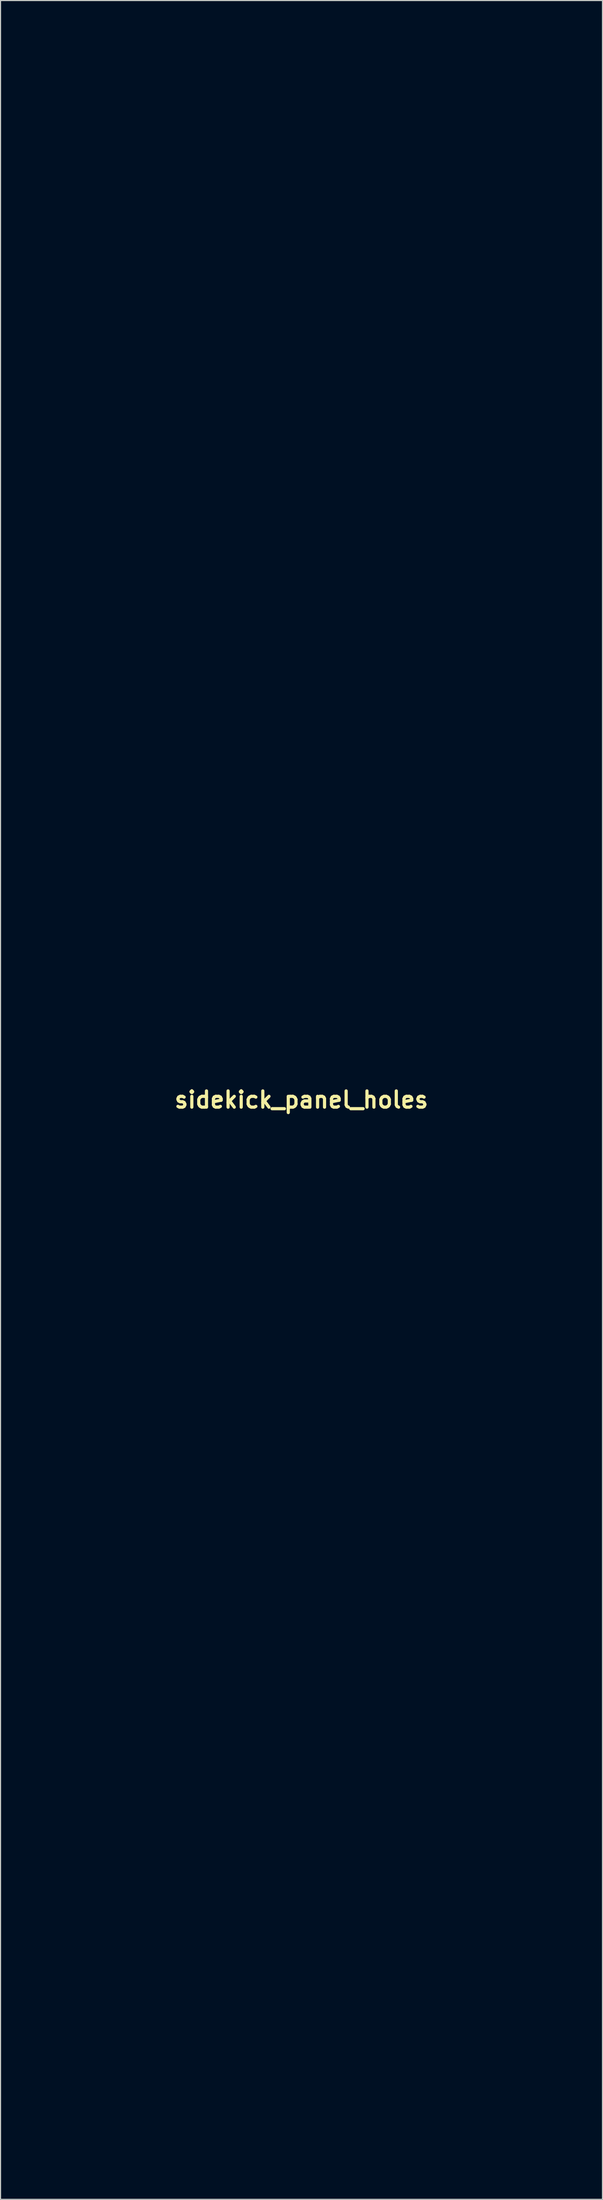
<source format=kicad_pcb>
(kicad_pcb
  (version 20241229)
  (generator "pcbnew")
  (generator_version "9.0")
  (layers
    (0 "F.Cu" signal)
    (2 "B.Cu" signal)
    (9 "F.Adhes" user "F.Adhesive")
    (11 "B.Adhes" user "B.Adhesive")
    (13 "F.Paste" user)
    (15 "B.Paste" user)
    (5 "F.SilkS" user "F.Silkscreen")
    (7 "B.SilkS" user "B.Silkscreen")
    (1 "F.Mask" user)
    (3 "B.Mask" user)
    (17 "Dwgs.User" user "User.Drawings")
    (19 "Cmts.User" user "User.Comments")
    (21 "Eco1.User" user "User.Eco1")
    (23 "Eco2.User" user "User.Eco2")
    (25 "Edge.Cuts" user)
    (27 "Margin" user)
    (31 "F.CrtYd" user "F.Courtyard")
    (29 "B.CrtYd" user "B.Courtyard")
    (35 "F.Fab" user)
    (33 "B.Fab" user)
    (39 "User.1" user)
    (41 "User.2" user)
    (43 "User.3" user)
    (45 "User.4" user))
  (footprint "sidekick_panel_holes"
    (layer "F.Cu")
    (at 25.298 100.304)
    (property "Reference" "sidekick_panel_holes" (at 0 0 0) (layer "F.SilkS") (effects (font (size 1.524 1.524) (thickness 0.3))))
    (attr board_only exclude_from_pos_files exclude_from_bom)
    (fp_poly (pts (xy -12.624 4.877) (xy -14.986 4.877) (xy -14.986 5.131) (xy -12.624 5.131) (xy -12.624 6.502) (xy -17.475 6.502) (xy -17.475 3.505) (xy -12.624 3.505)) (stroke (width 0.1) (type solid)) (fill no) (layer "Eco1.User"))
    (fp_poly (pts (xy -7.493 6.502) (xy -12.344 6.502) (xy -12.344 5.131) (xy -9.982 5.131) (xy -9.982 4.877) (xy -12.344 4.877) (xy -12.344 3.505) (xy -7.493 3.505)) (stroke (width 0.1) (type solid)) (fill no) (layer "Eco1.User"))
    (fp_poly (pts (xy 25.273 100.279) (xy -25.248 100.279) (xy -25.248 99.746) (xy -24.714 99.746) (xy 24.74 99.746) (xy 24.74 -99.72) (xy -24.714 -99.72) (xy -24.714 99.746) (xy -25.248 99.746) (xy -25.248 -100.254) (xy 25.273 -100.254)) (stroke (width 0.1) (type solid)) (fill no) (layer "Eco1.User"))
    (fp_poly (pts (xy 17.125 -28.223) (xy 17.364 -28.162) (xy 17.517 -28.097) (xy 17.723 -27.966) (xy 17.894 -27.804) (xy 18.028 -27.615) (xy 18.123 -27.406) (xy 18.179 -27.184) (xy 18.193 -26.953) (xy 18.164 -26.72) (xy 18.09 -26.491) (xy 17.986 -26.296) (xy 17.836 -26.11) (xy 17.65 -25.957) (xy 17.436 -25.841) (xy 17.199 -25.767) (xy 17.059 -25.742) (xy 16.94 -25.735) (xy 16.818 -25.745) (xy 16.689 -25.77) (xy 16.476 -25.834) (xy 16.289 -25.933) (xy 16.113 -26.073) (xy 16.076 -26.109) (xy 15.915 -26.303) (xy 15.799 -26.514) (xy 15.727 -26.738) (xy 15.715 -26.848) (xy 15.951 -26.848) (xy 16.815 -26.848) (xy 16.815 -25.984) (xy 17.069 -25.984) (xy 17.069 -26.847) (xy 17.507 -26.854) (xy 17.945 -26.86) (xy 17.945 -27.114) (xy 17.069 -27.128) (xy 17.069 -27.991) (xy 16.815 -27.991) (xy 16.815 -27.127) (xy 15.951 -27.127) (xy 15.951 -26.848) (xy 15.715 -26.848) (xy 15.701 -26.969) (xy 15.718 -27.2) (xy 15.781 -27.426) (xy 15.889 -27.64) (xy 16.028 -27.822) (xy 16.216 -27.992) (xy 16.425 -28.118) (xy 16.65 -28.199) (xy 16.885 -28.234)) (stroke (width 0.1) (type solid)) (fill no) (layer "Eco1.User"))
    (fp_poly (pts (xy 17.177 -52.213) (xy 17.404 -52.148) (xy 17.615 -52.042) (xy 17.803 -51.897) (xy 17.947 -51.734) (xy 18.074 -51.524) (xy 18.154 -51.304) (xy 18.191 -51.081) (xy 18.187 -50.858) (xy 18.144 -50.642) (xy 18.065 -50.438) (xy 17.952 -50.25) (xy 17.808 -50.084) (xy 17.634 -49.945) (xy 17.434 -49.839) (xy 17.21 -49.77) (xy 17.02 -49.746) (xy 16.905 -49.744) (xy 16.789 -49.75) (xy 16.701 -49.761) (xy 16.496 -49.827) (xy 16.296 -49.934) (xy 16.112 -50.075) (xy 15.955 -50.242) (xy 15.876 -50.357) (xy 15.772 -50.576) (xy 15.715 -50.803) (xy 15.712 -50.851) (xy 15.951 -50.851) (xy 16.815 -50.851) (xy 16.815 -49.987) (xy 17.069 -49.987) (xy 17.069 -50.851) (xy 17.96 -50.851) (xy 17.945 -51.117) (xy 17.069 -51.131) (xy 17.069 -51.994) (xy 16.815 -51.994) (xy 16.815 -51.13) (xy 15.951 -51.13) (xy 15.951 -50.851) (xy 15.712 -50.851) (xy 15.702 -51.033) (xy 15.733 -51.259) (xy 15.803 -51.476) (xy 15.913 -51.678) (xy 16.059 -51.858) (xy 16.24 -52.011) (xy 16.453 -52.131) (xy 16.475 -52.141) (xy 16.705 -52.211) (xy 16.942 -52.235)) (stroke (width 0.1) (type solid)) (fill no) (layer "Eco1.User"))
    (fp_poly (pts (xy 17.186 -40.21) (xy 17.417 -40.14) (xy 17.628 -40.03) (xy 17.815 -39.883) (xy 17.971 -39.703) (xy 18.09 -39.495) (xy 18.14 -39.364) (xy 18.184 -39.147) (xy 18.189 -38.918) (xy 18.156 -38.69) (xy 18.087 -38.477) (xy 18.011 -38.332) (xy 17.863 -38.145) (xy 17.681 -37.986) (xy 17.474 -37.86) (xy 17.259 -37.779) (xy 17.122 -37.756) (xy 16.958 -37.748) (xy 16.79 -37.755) (xy 16.64 -37.778) (xy 16.614 -37.785) (xy 16.394 -37.869) (xy 16.197 -37.994) (xy 16.027 -38.154) (xy 15.889 -38.342) (xy 15.786 -38.551) (xy 15.723 -38.776) (xy 15.715 -38.862) (xy 15.951 -38.862) (xy 16.815 -38.862) (xy 16.815 -37.998) (xy 17.068 -37.998) (xy 17.075 -38.424) (xy 17.081 -38.849) (xy 17.958 -38.863) (xy 17.958 -39.115) (xy 17.52 -39.122) (xy 17.081 -39.129) (xy 17.075 -39.554) (xy 17.068 -39.98) (xy 16.815 -39.98) (xy 16.815 -39.116) (xy 15.951 -39.116) (xy 15.951 -38.862) (xy 15.715 -38.862) (xy 15.703 -39.011) (xy 15.716 -39.171) (xy 15.777 -39.409) (xy 15.881 -39.625) (xy 16.021 -39.816) (xy 16.194 -39.976) (xy 16.393 -40.101) (xy 16.613 -40.187) (xy 16.85 -40.23) (xy 16.943 -40.233)) (stroke (width 0.1) (type solid)) (fill no) (layer "Eco1.User"))
    (fp_poly (pts (xy 17.107 -16.22) (xy 17.346 -16.169) (xy 17.515 -16.103) (xy 17.624 -16.036) (xy 17.745 -15.938) (xy 17.864 -15.825) (xy 17.965 -15.707) (xy 18.009 -15.646) (xy 18.111 -15.441) (xy 18.172 -15.217) (xy 18.191 -14.983) (xy 18.17 -14.748) (xy 18.107 -14.523) (xy 18.006 -14.322) (xy 17.909 -14.195) (xy 17.785 -14.069) (xy 17.651 -13.959) (xy 17.531 -13.883) (xy 17.328 -13.803) (xy 17.109 -13.756) (xy 16.889 -13.743) (xy 16.683 -13.766) (xy 16.637 -13.778) (xy 16.408 -13.866) (xy 16.204 -13.993) (xy 16.03 -14.153) (xy 15.889 -14.34) (xy 15.785 -14.548) (xy 15.721 -14.773) (xy 15.714 -14.859) (xy 15.951 -14.859) (xy 16.815 -14.859) (xy 16.815 -13.995) (xy 17.068 -13.995) (xy 17.075 -14.421) (xy 17.081 -14.846) (xy 17.958 -14.86) (xy 17.958 -15.112) (xy 17.52 -15.119) (xy 17.081 -15.126) (xy 17.075 -15.551) (xy 17.068 -15.977) (xy 16.815 -15.977) (xy 16.815 -15.113) (xy 15.951 -15.113) (xy 15.951 -14.859) (xy 15.714 -14.859) (xy 15.702 -15.008) (xy 15.716 -15.165) (xy 15.777 -15.403) (xy 15.88 -15.622) (xy 16.022 -15.816) (xy 16.195 -15.979) (xy 16.396 -16.106) (xy 16.62 -16.19) (xy 16.625 -16.192) (xy 16.862 -16.228)) (stroke (width 0.1) (type solid)) (fill no) (layer "Eco1.User"))
    (fp_poly (pts (xy 0.145 10.429) (xy 0.255 10.434) (xy 0.343 10.445) (xy 0.424 10.465) (xy 0.495 10.487) (xy 0.751 10.599) (xy 0.984 10.751) (xy 1.187 10.938) (xy 1.356 11.155) (xy 1.486 11.396) (xy 1.563 11.62) (xy 1.587 11.761) (xy 1.599 11.93) (xy 1.598 12.109) (xy 1.586 12.278) (xy 1.563 12.408) (xy 1.473 12.662) (xy 1.339 12.898) (xy 1.169 13.11) (xy 0.968 13.29) (xy 0.741 13.431) (xy 0.736 13.433) (xy 0.463 13.542) (xy 0.188 13.601) (xy -0.09 13.608) (xy -0.33 13.575) (xy -0.585 13.495) (xy -0.823 13.371) (xy -1.038 13.209) (xy -1.226 13.013) (xy -1.38 12.791) (xy -1.494 12.546) (xy -1.537 12.408) (xy -1.562 12.267) (xy -1.571 12.141) (xy -0.991 12.141) (xy -0.127 12.141) (xy -0.127 13.005) (xy 0.152 13.005) (xy 0.152 12.141) (xy 1.016 12.141) (xy 1.016 11.887) (xy 0.152 11.887) (xy 0.152 11.024) (xy -0.127 11.024) (xy -0.127 11.887) (xy -0.991 11.887) (xy -0.991 12.141) (xy -1.571 12.141) (xy -1.574 12.096) (xy -1.574 11.916) (xy -1.56 11.748) (xy -1.537 11.62) (xy -1.445 11.36) (xy -1.308 11.121) (xy -1.132 10.907) (xy -0.921 10.724) (xy -0.68 10.576) (xy -0.508 10.501) (xy -0.42 10.47) (xy -0.343 10.45) (xy -0.262 10.437) (xy -0.162 10.431) (xy -0.029 10.429) (xy 0 10.428)) (stroke (width 0.1) (type solid)) (fill no) (layer "Eco1.User"))
    (fp_poly (pts (xy -18.858 -7.578) (xy -18.674 -7.558) (xy -18.618 -7.546) (xy -18.349 -7.455) (xy -18.106 -7.323) (xy -17.893 -7.154) (xy -17.713 -6.953) (xy -17.57 -6.725) (xy -17.466 -6.473) (xy -17.406 -6.203) (xy -17.392 -5.982) (xy -17.413 -5.708) (xy -17.476 -5.458) (xy -17.584 -5.224) (xy -17.739 -5.004) (xy -17.868 -4.862) (xy -18.074 -4.682) (xy -18.292 -4.547) (xy -18.531 -4.453) (xy -18.604 -4.433) (xy -18.769 -4.405) (xy -18.96 -4.396) (xy -19.158 -4.406) (xy -19.343 -4.432) (xy -19.403 -4.446) (xy -19.649 -4.536) (xy -19.879 -4.67) (xy -20.086 -4.84) (xy -20.264 -5.042) (xy -20.408 -5.269) (xy -20.512 -5.515) (xy -20.536 -5.6) (xy -20.56 -5.745) (xy -20.568 -5.867) (xy -19.99 -5.867) (xy -19.126 -5.867) (xy -19.126 -5.44) (xy -19.125 -5.297) (xy -19.122 -5.173) (xy -19.118 -5.075) (xy -19.113 -5.012) (xy -19.108 -4.994) (xy -19.074 -4.985) (xy -19.008 -4.982) (xy -18.975 -4.984) (xy -18.86 -4.991) (xy -18.853 -5.429) (xy -18.846 -5.867) (xy -17.983 -5.867) (xy -17.983 -6.121) (xy -18.847 -6.121) (xy -18.847 -6.985) (xy -19.126 -6.985) (xy -19.126 -6.121) (xy -19.99 -6.121) (xy -19.99 -5.867) (xy -20.568 -5.867) (xy -20.571 -5.919) (xy -20.569 -6.102) (xy -20.553 -6.274) (xy -20.535 -6.373) (xy -20.451 -6.623) (xy -20.322 -6.856) (xy -20.155 -7.067) (xy -19.955 -7.249) (xy -19.727 -7.398) (xy -19.476 -7.507) (xy -19.431 -7.522) (xy -19.257 -7.56) (xy -19.059 -7.579)) (stroke (width 0.1) (type solid)) (fill no) (layer "Eco1.User"))
    (fp_poly (pts (xy -19.71 95.407) (xy -19.469 95.409) (xy -19.275 95.413) (xy -19.13 95.418) (xy -19.03 95.425) (xy -19.003 95.427) (xy -18.718 95.489) (xy -18.457 95.595) (xy -18.222 95.74) (xy -18.018 95.923) (xy -17.847 96.141) (xy -17.715 96.39) (xy -17.662 96.531) (xy -17.607 96.769) (xy -17.59 97.025) (xy -17.61 97.28) (xy -17.662 97.5) (xy -17.773 97.763) (xy -17.924 97.997) (xy -18.111 98.197) (xy -18.33 98.362) (xy -18.577 98.488) (xy -18.85 98.573) (xy -19.035 98.604) (xy -19.101 98.609) (xy -19.212 98.613) (xy -19.362 98.616) (xy -19.545 98.619) (xy -19.754 98.621) (xy -19.984 98.622) (xy -20.229 98.623) (xy -20.482 98.624) (xy -20.738 98.624) (xy -20.99 98.623) (xy -21.234 98.622) (xy -21.461 98.62) (xy -21.667 98.617) (xy -21.846 98.614) (xy -21.991 98.611) (xy -22.096 98.607) (xy -22.149 98.603) (xy -22.336 98.574) (xy -22.499 98.529) (xy -22.661 98.459) (xy -22.708 98.435) (xy -22.948 98.282) (xy -23.156 98.094) (xy -23.327 97.875) (xy -23.458 97.631) (xy -23.532 97.411) (xy -23.559 97.258) (xy -23.572 97.078) (xy -23.569 96.89) (xy -23.552 96.716) (xy -23.532 96.619) (xy -23.439 96.357) (xy -23.301 96.116) (xy -23.124 95.902) (xy -22.912 95.72) (xy -22.701 95.591) (xy -22.634 95.556) (xy -22.573 95.527) (xy -22.515 95.502) (xy -22.456 95.481) (xy -22.39 95.464) (xy -22.314 95.45) (xy -22.224 95.439) (xy -22.114 95.43) (xy -21.981 95.424) (xy -21.819 95.419) (xy -21.626 95.416) (xy -21.395 95.413) (xy -21.124 95.411) (xy -20.807 95.409) (xy -20.727 95.409) (xy -20.338 95.407) (xy -19.999 95.406)) (stroke (width 0.1) (type solid)) (fill no) (layer "Eco1.User"))
    (fp_poly (pts (xy 0.351 -32.462) (xy 0.665 -32.397) (xy 0.967 -32.292) (xy 1.255 -32.15) (xy 1.523 -31.972) (xy 1.768 -31.761) (xy 1.985 -31.517) (xy 2.171 -31.242) (xy 2.322 -30.938) (xy 2.43 -30.62) (xy 2.476 -30.388) (xy 2.5 -30.13) (xy 2.501 -29.864) (xy 2.481 -29.608) (xy 2.443 -29.402) (xy 2.337 -29.078) (xy 2.187 -28.767) (xy 1.996 -28.478) (xy 1.772 -28.218) (xy 1.517 -27.993) (xy 1.46 -27.952) (xy 1.288 -27.843) (xy 1.085 -27.738) (xy 0.871 -27.646) (xy 0.667 -27.577) (xy 0.61 -27.561) (xy 0.44 -27.529) (xy 0.242 -27.506) (xy 0.034 -27.495) (xy -0.163 -27.495) (xy -0.33 -27.509) (xy -0.648 -27.577) (xy -0.963 -27.691) (xy -1.263 -27.846) (xy -1.541 -28.035) (xy -1.766 -28.236) (xy -1.994 -28.502) (xy -2.178 -28.787) (xy -2.318 -29.088) (xy -2.416 -29.401) (xy -2.471 -29.72) (xy -2.478 -29.896) (xy -0.991 -29.896) (xy -0.127 -29.896) (xy -0.127 -29.456) (xy -0.126 -29.311) (xy -0.123 -29.184) (xy -0.119 -29.084) (xy -0.114 -29.018) (xy -0.109 -28.997) (xy -0.075 -28.988) (xy -0.009 -28.985) (xy 0.024 -28.987) (xy 0.14 -28.994) (xy 0.154 -29.896) (xy 1.016 -29.896) (xy 1.016 -30.15) (xy 0.152 -30.15) (xy 0.152 -30.988) (xy -0.127 -30.988) (xy -0.127 -30.15) (xy -0.991 -30.15) (xy -0.991 -29.896) (xy -2.478 -29.896) (xy -2.484 -30.042) (xy -2.456 -30.363) (xy -2.387 -30.677) (xy -2.278 -30.981) (xy -2.13 -31.271) (xy -1.942 -31.542) (xy -1.717 -31.789) (xy -1.453 -32.01) (xy -1.246 -32.145) (xy -0.937 -32.3) (xy -0.618 -32.408) (xy -0.295 -32.469) (xy 0.029 -32.487)) (stroke (width 0.1) (type solid)) (fill no) (layer "Eco1.User"))
    (fp_poly (pts (xy -19.832 -98.599) (xy -19.603 -98.597) (xy -19.408 -98.594) (xy -19.244 -98.588) (xy -19.106 -98.58) (xy -18.99 -98.57) (xy -18.892 -98.558) (xy -18.808 -98.542) (xy -18.733 -98.524) (xy -18.665 -98.502) (xy -18.633 -98.49) (xy -18.378 -98.368) (xy -18.15 -98.205) (xy -17.954 -98.005) (xy -17.795 -97.775) (xy -17.677 -97.518) (xy -17.662 -97.474) (xy -17.607 -97.236) (xy -17.59 -96.98) (xy -17.61 -96.725) (xy -17.662 -96.505) (xy -17.773 -96.241) (xy -17.925 -96.006) (xy -18.114 -95.804) (xy -18.288 -95.669) (xy -18.54 -95.53) (xy -18.807 -95.438) (xy -18.984 -95.404) (xy -19.047 -95.399) (xy -19.155 -95.395) (xy -19.302 -95.391) (xy -19.482 -95.388) (xy -19.69 -95.385) (xy -19.918 -95.383) (xy -20.163 -95.381) (xy -20.417 -95.38) (xy -20.674 -95.38) (xy -20.93 -95.381) (xy -21.177 -95.382) (xy -21.411 -95.383) (xy -21.624 -95.386) (xy -21.812 -95.388) (xy -21.969 -95.392) (xy -22.088 -95.396) (xy -22.163 -95.401) (xy -22.174 -95.402) (xy -22.45 -95.464) (xy -22.707 -95.569) (xy -22.939 -95.714) (xy -23.143 -95.895) (xy -23.314 -96.108) (xy -23.447 -96.348) (xy -23.532 -96.594) (xy -23.56 -96.748) (xy -23.572 -96.929) (xy -23.569 -97.118) (xy -23.551 -97.292) (xy -23.532 -97.388) (xy -23.44 -97.645) (xy -23.304 -97.883) (xy -23.128 -98.096) (xy -22.918 -98.279) (xy -22.708 -98.41) (xy -22.641 -98.445) (xy -22.58 -98.475) (xy -22.521 -98.501) (xy -22.461 -98.522) (xy -22.394 -98.54) (xy -22.316 -98.554) (xy -22.222 -98.565) (xy -22.109 -98.574) (xy -21.971 -98.58) (xy -21.805 -98.585) (xy -21.605 -98.589) (xy -21.368 -98.591) (xy -21.089 -98.594) (xy -20.768 -98.596) (xy -20.411 -98.598) (xy -20.1 -98.599)) (stroke (width 0.1) (type solid)) (fill no) (layer "Eco1.User"))
    (fp_poly (pts (xy 20.319 95.406) (xy 20.655 95.408) (xy 20.753 95.409) (xy 21.08 95.411) (xy 21.362 95.413) (xy 21.601 95.415) (xy 21.802 95.418) (xy 21.97 95.423) (xy 22.11 95.429) (xy 22.224 95.436) (xy 22.318 95.446) (xy 22.397 95.459) (xy 22.464 95.475) (xy 22.523 95.495) (xy 22.58 95.518) (xy 22.639 95.546) (xy 22.703 95.578) (xy 22.714 95.583) (xy 22.953 95.731) (xy 23.162 95.915) (xy 23.336 96.132) (xy 23.471 96.373) (xy 23.558 96.619) (xy 23.585 96.773) (xy 23.597 96.955) (xy 23.594 97.143) (xy 23.577 97.318) (xy 23.557 97.414) (xy 23.466 97.668) (xy 23.331 97.905) (xy 23.158 98.118) (xy 22.952 98.3) (xy 22.731 98.438) (xy 22.664 98.472) (xy 22.603 98.502) (xy 22.545 98.527) (xy 22.486 98.548) (xy 22.42 98.565) (xy 22.344 98.579) (xy 22.254 98.59) (xy 22.144 98.598) (xy 22.012 98.604) (xy 21.851 98.609) (xy 21.658 98.612) (xy 21.429 98.614) (xy 21.159 98.615) (xy 20.844 98.617) (xy 20.739 98.617) (xy 20.46 98.618) (xy 20.191 98.618) (xy 19.938 98.617) (xy 19.705 98.616) (xy 19.499 98.614) (xy 19.323 98.612) (xy 19.184 98.609) (xy 19.086 98.606) (xy 19.037 98.603) (xy 18.761 98.547) (xy 18.504 98.446) (xy 18.27 98.304) (xy 18.063 98.125) (xy 17.89 97.912) (xy 17.753 97.67) (xy 17.688 97.5) (xy 17.644 97.319) (xy 17.62 97.114) (xy 17.617 96.907) (xy 17.636 96.716) (xy 17.65 96.647) (xy 17.738 96.39) (xy 17.869 96.15) (xy 18.037 95.935) (xy 18.237 95.75) (xy 18.463 95.603) (xy 18.62 95.531) (xy 18.689 95.505) (xy 18.758 95.483) (xy 18.83 95.464) (xy 18.91 95.448) (xy 19.001 95.435) (xy 19.107 95.425) (xy 19.234 95.417) (xy 19.386 95.411) (xy 19.566 95.408) (xy 19.778 95.406) (xy 20.028 95.405)) (stroke (width 0.1) (type solid)) (fill no) (layer "Eco1.User"))
    (fp_poly (pts (xy 20.954 -98.59) (xy 21.249 -98.59) (xy 21.502 -98.589) (xy 21.717 -98.587) (xy 21.897 -98.584) (xy 22.048 -98.579) (xy 22.172 -98.573) (xy 22.275 -98.564) (xy 22.361 -98.552) (xy 22.434 -98.537) (xy 22.497 -98.519) (xy 22.556 -98.497) (xy 22.614 -98.471) (xy 22.676 -98.441) (xy 22.731 -98.412) (xy 22.962 -98.267) (xy 23.167 -98.084) (xy 23.338 -97.869) (xy 23.472 -97.631) (xy 23.557 -97.388) (xy 23.585 -97.234) (xy 23.597 -97.052) (xy 23.594 -96.863) (xy 23.577 -96.689) (xy 23.558 -96.594) (xy 23.466 -96.337) (xy 23.33 -96.098) (xy 23.156 -95.884) (xy 22.951 -95.701) (xy 22.719 -95.558) (xy 22.717 -95.557) (xy 22.652 -95.525) (xy 22.593 -95.497) (xy 22.537 -95.474) (xy 22.478 -95.454) (xy 22.414 -95.438) (xy 22.338 -95.425) (xy 22.248 -95.414) (xy 22.139 -95.406) (xy 22.007 -95.4) (xy 21.847 -95.396) (xy 21.654 -95.393) (xy 21.426 -95.391) (xy 21.157 -95.389) (xy 20.844 -95.388) (xy 20.701 -95.388) (xy 20.413 -95.387) (xy 20.138 -95.387) (xy 19.881 -95.388) (xy 19.646 -95.389) (xy 19.439 -95.392) (xy 19.263 -95.394) (xy 19.124 -95.398) (xy 19.027 -95.401) (xy 18.979 -95.405) (xy 18.766 -95.455) (xy 18.55 -95.539) (xy 18.344 -95.649) (xy 18.162 -95.778) (xy 18.048 -95.887) (xy 17.887 -96.096) (xy 17.757 -96.329) (xy 17.687 -96.505) (xy 17.632 -96.746) (xy 17.615 -97.003) (xy 17.636 -97.26) (xy 17.688 -97.478) (xy 17.798 -97.736) (xy 17.95 -97.969) (xy 18.14 -98.172) (xy 18.362 -98.341) (xy 18.613 -98.472) (xy 18.823 -98.545) (xy 18.86 -98.554) (xy 18.901 -98.562) (xy 18.951 -98.569) (xy 19.013 -98.574) (xy 19.092 -98.579) (xy 19.192 -98.582) (xy 19.316 -98.585) (xy 19.469 -98.587) (xy 19.655 -98.588) (xy 19.878 -98.589) (xy 20.142 -98.59) (xy 20.45 -98.59) (xy 20.612 -98.59)) (stroke (width 0.1) (type solid)) (fill no) (layer "Eco1.User"))
    (fp_poly (pts (xy -11.79 45.064) (xy -11.316 45.154) (xy -10.853 45.289) (xy -10.404 45.47) (xy -9.973 45.694) (xy -9.563 45.961) (xy -9.177 46.271) (xy -9.059 46.38) (xy -8.706 46.748) (xy -8.397 47.143) (xy -8.131 47.561) (xy -7.91 48.002) (xy -7.735 48.462) (xy -7.607 48.939) (xy -7.526 49.431) (xy -7.494 49.936) (xy -7.493 50.013) (xy -7.518 50.516) (xy -7.591 51.008) (xy -7.711 51.484) (xy -7.877 51.944) (xy -8.087 52.384) (xy -8.339 52.801) (xy -8.632 53.194) (xy -8.965 53.558) (xy -9.337 53.892) (xy -9.745 54.194) (xy -9.889 54.287) (xy -10.298 54.512) (xy -10.737 54.698) (xy -11.202 54.844) (xy -11.653 54.942) (xy -11.828 54.967) (xy -12.036 54.986) (xy -12.261 54.999) (xy -12.489 55.006) (xy -12.705 55.006) (xy -12.894 54.999) (xy -12.992 54.99) (xy -13.501 54.908) (xy -13.989 54.78) (xy -14.457 54.607) (xy -14.902 54.388) (xy -15.322 54.125) (xy -15.717 53.819) (xy -15.948 53.609) (xy -16.224 53.324) (xy -16.461 53.041) (xy -16.67 52.747) (xy -16.859 52.429) (xy -16.931 52.293) (xy -17.131 51.855) (xy -17.284 51.415) (xy -17.392 50.965) (xy -17.455 50.499) (xy -17.47 50.14) (xy -14.986 50.14) (xy -12.624 50.14) (xy -12.624 52.502) (xy -12.344 52.502) (xy -12.344 50.14) (xy -9.982 50.14) (xy -9.982 49.886) (xy -12.344 49.886) (xy -12.344 47.523) (xy -12.624 47.523) (xy -12.624 49.886) (xy -14.986 49.886) (xy -14.986 50.14) (xy -17.47 50.14) (xy -17.475 50.013) (xy -17.451 49.501) (xy -17.378 49.005) (xy -17.258 48.527) (xy -17.091 48.066) (xy -16.878 47.625) (xy -16.619 47.206) (xy -16.315 46.809) (xy -15.966 46.436) (xy -15.947 46.418) (xy -15.587 46.099) (xy -15.214 45.826) (xy -14.822 45.594) (xy -14.402 45.398) (xy -14.198 45.318) (xy -13.723 45.171) (xy -13.241 45.072) (xy -12.756 45.022) (xy -12.271 45.019)) (stroke (width 0.1) (type solid)) (fill no) (layer "Eco1.User"))
    (fp_poly (pts (xy -11.888 20.051) (xy -11.473 20.118) (xy -10.995 20.241) (xy -10.537 20.409) (xy -10.102 20.619) (xy -9.692 20.869) (xy -9.309 21.156) (xy -8.956 21.478) (xy -8.635 21.832) (xy -8.349 22.216) (xy -8.099 22.627) (xy -7.888 23.063) (xy -7.719 23.522) (xy -7.593 23.999) (xy -7.52 24.434) (xy -7.495 24.746) (xy -7.493 25.087) (xy -7.512 25.44) (xy -7.552 25.789) (xy -7.612 26.117) (xy -7.631 26.2) (xy -7.772 26.676) (xy -7.958 27.129) (xy -8.186 27.559) (xy -8.452 27.962) (xy -8.755 28.337) (xy -9.092 28.68) (xy -9.46 28.99) (xy -9.856 29.263) (xy -10.278 29.498) (xy -10.723 29.692) (xy -11.189 29.842) (xy -11.672 29.947) (xy -11.743 29.958) (xy -11.938 29.981) (xy -12.162 29.998) (xy -12.397 30.007) (xy -12.626 30.009) (xy -12.831 30.002) (xy -12.91 29.997) (xy -13.404 29.928) (xy -13.882 29.813) (xy -14.343 29.652) (xy -14.783 29.449) (xy -15.2 29.206) (xy -15.591 28.925) (xy -15.954 28.607) (xy -16.284 28.256) (xy -16.581 27.874) (xy -16.84 27.462) (xy -17.059 27.022) (xy -17.22 26.603) (xy -17.325 26.255) (xy -17.4 25.921) (xy -17.448 25.585) (xy -17.472 25.228) (xy -17.473 25.146) (xy -14.986 25.146) (xy -12.624 25.146) (xy -12.624 27.508) (xy -12.344 27.508) (xy -12.344 25.146) (xy -9.982 25.146) (xy -9.982 24.892) (xy -12.344 24.892) (xy -12.357 22.517) (xy -12.611 22.517) (xy -12.618 23.705) (xy -12.624 24.892) (xy -14.986 24.892) (xy -14.986 25.146) (xy -17.473 25.146) (xy -17.475 25.001) (xy -17.451 24.506) (xy -17.38 24.025) (xy -17.266 23.563) (xy -17.109 23.119) (xy -16.913 22.697) (xy -16.681 22.299) (xy -16.414 21.925) (xy -16.114 21.579) (xy -15.785 21.263) (xy -15.429 20.977) (xy -15.048 20.725) (xy -14.645 20.507) (xy -14.221 20.327) (xy -13.78 20.186) (xy -13.324 20.086) (xy -12.855 20.029) (xy -12.376 20.017)) (stroke (width 0.1) (type solid)) (fill no) (layer "Eco1.User"))
    (fp_poly (pts (xy 0.26 -73.467) (xy 0.454 -73.456) (xy 0.619 -73.438) (xy 0.705 -73.423) (xy 1.121 -73.308) (xy 1.51 -73.15) (xy 1.873 -72.949) (xy 2.212 -72.703) (xy 2.442 -72.497) (xy 2.73 -72.185) (xy 2.974 -71.844) (xy 3.177 -71.477) (xy 3.335 -71.084) (xy 3.446 -70.682) (xy 3.468 -70.542) (xy 3.484 -70.365) (xy 3.493 -70.164) (xy 3.495 -69.952) (xy 3.49 -69.743) (xy 3.479 -69.549) (xy 3.461 -69.383) (xy 3.446 -69.297) (xy 3.336 -68.893) (xy 3.19 -68.521) (xy 3.003 -68.175) (xy 2.773 -67.851) (xy 2.498 -67.543) (xy 2.467 -67.513) (xy 2.158 -67.236) (xy 1.837 -67.005) (xy 1.495 -66.818) (xy 1.128 -66.671) (xy 0.729 -66.559) (xy 0.724 -66.558) (xy 0.605 -66.539) (xy 0.448 -66.524) (xy 0.265 -66.513) (xy 0.07 -66.507) (xy -0.126 -66.507) (xy -0.309 -66.512) (xy -0.467 -66.522) (xy -0.575 -66.536) (xy -0.983 -66.632) (xy -1.373 -66.776) (xy -1.742 -66.966) (xy -2.089 -67.201) (xy -2.412 -67.481) (xy -2.454 -67.523) (xy -2.735 -67.834) (xy -2.969 -68.163) (xy -3.16 -68.513) (xy -3.31 -68.89) (xy -3.421 -69.297) (xy -3.443 -69.437) (xy -3.458 -69.614) (xy -3.467 -69.815) (xy -3.468 -69.85) (xy -2.489 -69.85) (xy -0.127 -69.85) (xy -0.127 -67.488) (xy 0.152 -67.488) (xy 0.152 -69.85) (xy 2.515 -69.85) (xy 2.515 -70.129) (xy 0.152 -70.129) (xy 0.152 -72.492) (xy -0.127 -72.492) (xy -0.127 -70.129) (xy -2.489 -70.129) (xy -2.489 -69.85) (xy -3.468 -69.85) (xy -3.469 -70.027) (xy -3.465 -70.237) (xy -3.454 -70.431) (xy -3.436 -70.596) (xy -3.421 -70.682) (xy -3.305 -71.098) (xy -3.148 -71.487) (xy -2.946 -71.85) (xy -2.701 -72.189) (xy -2.495 -72.419) (xy -2.182 -72.707) (xy -1.842 -72.951) (xy -1.474 -73.154) (xy -1.081 -73.312) (xy -0.68 -73.423) (xy -0.54 -73.445) (xy -0.363 -73.461) (xy -0.162 -73.47) (xy 0.05 -73.472)) (stroke (width 0.1) (type solid)) (fill no) (layer "Eco1.User"))
    (fp_poly (pts (xy 12.82 -5.476) (xy 13.318 -5.426) (xy 13.806 -5.331) (xy 14.282 -5.193) (xy 14.743 -5.013) (xy 15.186 -4.792) (xy 15.608 -4.531) (xy 16.006 -4.232) (xy 16.378 -3.895) (xy 16.721 -3.522) (xy 17.031 -3.114) (xy 17.307 -2.672) (xy 17.468 -2.363) (xy 17.67 -1.887) (xy 17.824 -1.4) (xy 17.931 -0.905) (xy 17.991 -0.404) (xy 18.005 0.098) (xy 17.973 0.599) (xy 17.897 1.094) (xy 17.776 1.581) (xy 17.61 2.056) (xy 17.402 2.516) (xy 17.151 2.956) (xy 16.857 3.375) (xy 16.522 3.768) (xy 16.422 3.872) (xy 16.037 4.227) (xy 15.623 4.54) (xy 15.184 4.813) (xy 14.724 5.042) (xy 14.245 5.228) (xy 13.751 5.368) (xy 13.245 5.462) (xy 12.732 5.508) (xy 12.214 5.505) (xy 11.951 5.484) (xy 11.436 5.406) (xy 10.937 5.281) (xy 10.454 5.111) (xy 9.992 4.898) (xy 9.552 4.644) (xy 9.138 4.351) (xy 8.753 4.022) (xy 8.398 3.658) (xy 8.078 3.262) (xy 7.794 2.836) (xy 7.549 2.382) (xy 7.353 1.919) (xy 7.231 1.555) (xy 7.14 1.202) (xy 7.076 0.845) (xy 7.039 0.471) (xy 7.028 0.152) (xy 10.008 0.152) (xy 12.37 0.152) (xy 12.37 2.515) (xy 12.649 2.515) (xy 12.649 0.152) (xy 15.011 0.152) (xy 15.011 -0.127) (xy 12.649 -0.127) (xy 12.649 -2.489) (xy 12.37 -2.489) (xy 12.37 -0.127) (xy 10.008 -0.127) (xy 10.008 0.152) (xy 7.028 0.152) (xy 7.025 0.066) (xy 7.025 0.013) (xy 7.027 -0.258) (xy 7.038 -0.493) (xy 7.057 -0.706) (xy 7.088 -0.913) (xy 7.131 -1.128) (xy 7.187 -1.36) (xy 7.342 -1.859) (xy 7.541 -2.336) (xy 7.782 -2.79) (xy 8.063 -3.217) (xy 8.382 -3.616) (xy 8.735 -3.982) (xy 9.122 -4.315) (xy 9.539 -4.611) (xy 9.984 -4.869) (xy 10.454 -5.084) (xy 10.789 -5.206) (xy 11.297 -5.346) (xy 11.807 -5.437) (xy 12.315 -5.48)) (stroke (width 0.1) (type solid)) (fill no) (layer "Eco1.User"))
    (fp_poly (pts (xy 12.681 44.525) (xy 12.92 44.534) (xy 13.136 44.55) (xy 13.249 44.563) (xy 13.772 44.662) (xy 14.277 44.808) (xy 14.76 44.997) (xy 15.22 45.23) (xy 15.655 45.503) (xy 16.061 45.816) (xy 16.437 46.166) (xy 16.78 46.553) (xy 17.087 46.973) (xy 17.357 47.426) (xy 17.45 47.608) (xy 17.657 48.087) (xy 17.815 48.574) (xy 17.926 49.068) (xy 17.989 49.565) (xy 18.007 50.062) (xy 17.98 50.556) (xy 17.909 51.044) (xy 17.794 51.524) (xy 17.637 51.991) (xy 17.439 52.444) (xy 17.199 52.878) (xy 16.92 53.292) (xy 16.602 53.682) (xy 16.246 54.045) (xy 15.852 54.379) (xy 15.422 54.679) (xy 15.422 54.679) (xy 14.991 54.922) (xy 14.532 55.126) (xy 14.053 55.288) (xy 13.56 55.408) (xy 13.059 55.483) (xy 12.557 55.513) (xy 12.116 55.499) (xy 11.596 55.435) (xy 11.089 55.323) (xy 10.598 55.166) (xy 10.127 54.965) (xy 9.677 54.722) (xy 9.253 54.44) (xy 8.856 54.119) (xy 8.49 53.763) (xy 8.158 53.372) (xy 7.862 52.949) (xy 7.623 52.531) (xy 7.417 52.088) (xy 7.257 51.646) (xy 7.14 51.196) (xy 7.064 50.731) (xy 7.028 50.242) (xy 7.027 50.14) (xy 10.008 50.14) (xy 12.37 50.14) (xy 12.37 52.502) (xy 12.649 52.502) (xy 12.649 50.14) (xy 15.011 50.14) (xy 15.011 49.886) (xy 12.649 49.886) (xy 12.649 47.523) (xy 12.37 47.523) (xy 12.37 49.886) (xy 10.008 49.886) (xy 10.008 50.14) (xy 7.027 50.14) (xy 7.025 50.013) (xy 7.027 49.758) (xy 7.035 49.545) (xy 7.049 49.364) (xy 7.068 49.212) (xy 7.176 48.682) (xy 7.328 48.176) (xy 7.525 47.692) (xy 7.767 47.233) (xy 8.054 46.799) (xy 8.385 46.389) (xy 8.633 46.126) (xy 9.031 45.764) (xy 9.45 45.449) (xy 9.891 45.179) (xy 10.356 44.954) (xy 10.844 44.774) (xy 11.356 44.638) (xy 11.773 44.563) (xy 11.962 44.543) (xy 12.186 44.53) (xy 12.431 44.524)) (stroke (width 0.1) (type solid)) (fill no) (layer "Eco1.User"))
    (fp_poly (pts (xy -11.932 70.048) (xy -11.47 70.122) (xy -11.019 70.238) (xy -10.584 70.394) (xy -10.167 70.589) (xy -9.77 70.821) (xy -9.395 71.089) (xy -9.047 71.389) (xy -8.726 71.722) (xy -8.437 72.084) (xy -8.18 72.475) (xy -7.96 72.892) (xy -7.779 73.334) (xy -7.638 73.799) (xy -7.542 74.286) (xy -7.531 74.366) (xy -7.491 74.862) (xy -7.5 75.355) (xy -7.558 75.843) (xy -7.663 76.32) (xy -7.814 76.785) (xy -8.01 77.233) (xy -8.25 77.662) (xy -8.533 78.067) (xy -8.857 78.446) (xy -8.956 78.547) (xy -9.33 78.888) (xy -9.729 79.184) (xy -10.154 79.436) (xy -10.604 79.644) (xy -11.081 79.81) (xy -11.585 79.932) (xy -11.671 79.948) (xy -11.822 79.969) (xy -12.01 79.984) (xy -12.223 79.995) (xy -12.447 80) (xy -12.669 80) (xy -12.877 79.994) (xy -13.058 79.982) (xy -13.153 79.971) (xy -13.649 79.875) (xy -14.126 79.735) (xy -14.58 79.551) (xy -15.01 79.327) (xy -15.414 79.063) (xy -15.788 78.764) (xy -16.132 78.431) (xy -16.442 78.065) (xy -16.716 77.671) (xy -16.953 77.249) (xy -17.149 76.802) (xy -17.303 76.333) (xy -17.413 75.844) (xy -17.436 75.692) (xy -17.454 75.523) (xy -17.467 75.32) (xy -17.472 75.133) (xy -14.986 75.133) (xy -12.624 75.133) (xy -12.624 77.523) (xy -12.357 77.508) (xy -12.344 75.133) (xy -9.982 75.133) (xy -9.982 74.879) (xy -12.344 74.879) (xy -12.344 72.517) (xy -12.624 72.517) (xy -12.624 74.879) (xy -14.986 74.879) (xy -14.986 75.133) (xy -17.472 75.133) (xy -17.473 75.099) (xy -17.473 74.875) (xy -17.467 74.663) (xy -17.455 74.48) (xy -17.449 74.421) (xy -17.363 73.931) (xy -17.232 73.456) (xy -17.056 73.001) (xy -16.84 72.568) (xy -16.584 72.16) (xy -16.291 71.778) (xy -15.964 71.427) (xy -15.605 71.109) (xy -15.216 70.826) (xy -14.799 70.581) (xy -14.357 70.378) (xy -13.892 70.217) (xy -13.855 70.207) (xy -13.369 70.095) (xy -12.885 70.033) (xy -12.405 70.017)) (stroke (width 0.1) (type solid)) (fill no) (layer "Eco1.User"))
    (fp_poly (pts (xy 13.126 19.551) (xy 13.604 19.624) (xy 13.83 19.675) (xy 14.294 19.814) (xy 14.752 19.996) (xy 15.194 20.217) (xy 15.61 20.472) (xy 15.938 20.713) (xy 16.231 20.968) (xy 16.518 21.256) (xy 16.788 21.565) (xy 17.03 21.883) (xy 17.195 22.133) (xy 17.448 22.596) (xy 17.653 23.07) (xy 17.811 23.554) (xy 17.923 24.044) (xy 17.988 24.537) (xy 18.009 25.031) (xy 17.985 25.523) (xy 17.917 26.009) (xy 17.806 26.487) (xy 17.652 26.954) (xy 17.457 27.407) (xy 17.221 27.842) (xy 16.943 28.258) (xy 16.627 28.652) (xy 16.27 29.019) (xy 15.876 29.358) (xy 15.481 29.641) (xy 15.16 29.831) (xy 14.803 30.006) (xy 14.422 30.162) (xy 14.032 30.293) (xy 13.646 30.393) (xy 13.519 30.419) (xy 13.387 30.443) (xy 13.267 30.461) (xy 13.147 30.474) (xy 13.015 30.483) (xy 12.859 30.489) (xy 12.667 30.494) (xy 12.611 30.495) (xy 12.353 30.496) (xy 12.139 30.493) (xy 11.963 30.484) (xy 11.818 30.47) (xy 11.798 30.467) (xy 11.314 30.379) (xy 10.857 30.256) (xy 10.414 30.092) (xy 10.097 29.948) (xy 9.634 29.694) (xy 9.203 29.401) (xy 8.805 29.072) (xy 8.442 28.709) (xy 8.116 28.316) (xy 7.828 27.894) (xy 7.581 27.445) (xy 7.375 26.974) (xy 7.214 26.481) (xy 7.097 25.97) (xy 7.036 25.531) (xy 7.017 25.146) (xy 10.008 25.146) (xy 12.37 25.146) (xy 12.37 27.508) (xy 12.649 27.508) (xy 12.649 25.146) (xy 15.011 25.146) (xy 15.011 24.892) (xy 12.65 24.892) (xy 12.636 22.517) (xy 12.383 22.517) (xy 12.376 23.705) (xy 12.369 24.892) (xy 10.008 24.892) (xy 10.008 25.146) (xy 7.017 25.146) (xy 7.011 25.021) (xy 7.035 24.512) (xy 7.106 24.007) (xy 7.224 23.51) (xy 7.387 23.027) (xy 7.593 22.561) (xy 7.841 22.115) (xy 8.129 21.695) (xy 8.457 21.305) (xy 8.532 21.225) (xy 8.925 20.852) (xy 9.342 20.525) (xy 9.783 20.242) (xy 10.249 20.004) (xy 10.739 19.81) (xy 11.199 19.673) (xy 11.663 19.58) (xy 12.145 19.529) (xy 12.636 19.519)) (stroke (width 0.1) (type solid)) (fill no) (layer "Eco1.User"))
    (fp_poly (pts (xy 12.738 69.531) (xy 12.978 69.54) (xy 13.193 69.556) (xy 13.363 69.578) (xy 13.889 69.691) (xy 14.394 69.85) (xy 14.877 70.052) (xy 15.334 70.297) (xy 15.764 70.581) (xy 16.165 70.905) (xy 16.533 71.266) (xy 16.868 71.663) (xy 17.167 72.094) (xy 17.382 72.468) (xy 17.6 72.937) (xy 17.772 73.423) (xy 17.896 73.922) (xy 17.974 74.429) (xy 18.005 74.942) (xy 17.989 75.455) (xy 17.925 75.965) (xy 17.813 76.467) (xy 17.653 76.958) (xy 17.643 76.984) (xy 17.431 77.463) (xy 17.179 77.915) (xy 16.889 78.336) (xy 16.564 78.725) (xy 16.208 79.081) (xy 15.821 79.401) (xy 15.408 79.684) (xy 14.971 79.929) (xy 14.513 80.134) (xy 14.036 80.296) (xy 13.543 80.415) (xy 13.038 80.488) (xy 12.522 80.514) (xy 11.998 80.492) (xy 11.976 80.49) (xy 11.48 80.418) (xy 10.987 80.297) (xy 10.504 80.129) (xy 10.033 79.917) (xy 9.582 79.663) (xy 9.154 79.368) (xy 9.075 79.306) (xy 8.945 79.196) (xy 8.794 79.057) (xy 8.633 78.898) (xy 8.473 78.732) (xy 8.323 78.569) (xy 8.195 78.419) (xy 8.131 78.339) (xy 7.834 77.906) (xy 7.583 77.455) (xy 7.378 76.988) (xy 7.218 76.509) (xy 7.104 76.02) (xy 7.036 75.525) (xy 7.018 75.133) (xy 10.008 75.133) (xy 12.37 75.133) (xy 12.37 76.31) (xy 12.37 76.55) (xy 12.371 76.774) (xy 12.373 76.977) (xy 12.375 77.155) (xy 12.377 77.301) (xy 12.38 77.412) (xy 12.384 77.481) (xy 12.387 77.504) (xy 12.42 77.514) (xy 12.486 77.52) (xy 12.526 77.521) (xy 12.649 77.521) (xy 12.649 75.133) (xy 15.011 75.133) (xy 15.011 74.879) (xy 12.649 74.879) (xy 12.649 72.517) (xy 12.37 72.517) (xy 12.37 74.879) (xy 10.008 74.879) (xy 10.008 75.133) (xy 7.018 75.133) (xy 7.013 75.027) (xy 7.035 74.529) (xy 7.103 74.034) (xy 7.216 73.545) (xy 7.374 73.065) (xy 7.578 72.597) (xy 7.826 72.145) (xy 8.12 71.711) (xy 8.312 71.467) (xy 8.66 71.088) (xy 9.043 70.745) (xy 9.457 70.441) (xy 9.9 70.176) (xy 10.37 69.952) (xy 10.865 69.771) (xy 11.382 69.633) (xy 11.595 69.59) (xy 11.773 69.565) (xy 11.99 69.546) (xy 12.231 69.534) (xy 12.484 69.529)) (stroke (width 0.1) (type solid)) (fill no) (layer "Eco1.User")))
  (gr_rect
    (start -3 -3)
    (end 53.621 203.633)
    (stroke (width 0.1) (type default))
    (fill no)
    (layer "Edge.Cuts")))
</source>
